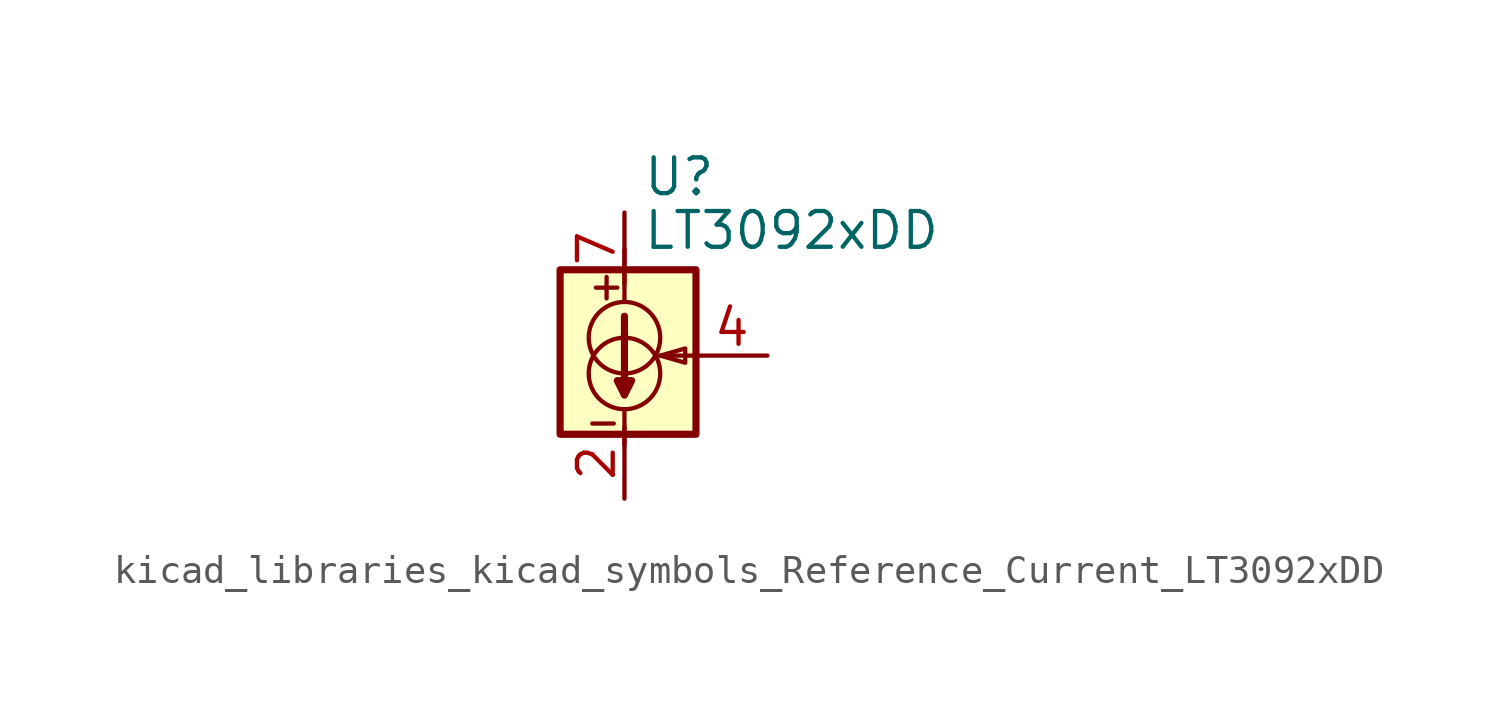
<source format=kicad_sym>
(kicad_symbol_lib
  (version 20220914)
  (generator kicad_symbol_editor)
  (symbol "kicad_libraries_kicad_symbols_Reference_Current_LT3092xDD"
    (property "Reference" "U"
      (at 0.635 6.35 0)
      (effects (font (size 1.27 1.27)) (justify left)))
    (property "Value" "LT3092xDD"
      (at 0.635 4.445 0)
      (effects (font (size 1.27 1.27)) (justify left)))
    (symbol "kicad_libraries_kicad_symbols_Reference_Current_LT3092xDD_0_1"
      (rectangle (start -2.286 3.048) (end 2.54 -2.794) (stroke (width 0.254) (type default)) (fill (type background)))
      (circle (center 0 -0.635) (radius 1.27) (stroke (width 0) (type default)) (fill (type none)))
      (polyline (pts (xy -1.143 -2.413) (xy -0.381 -2.413)) (stroke (width 0) (type default)) (fill (type none)))
      (polyline (pts (xy -1.016 2.413) (xy -0.254 2.413)) (stroke (width 0) (type default)) (fill (type none)))
      (polyline (pts (xy -0.635 2.794) (xy -0.635 2.032)) (stroke (width 0) (type default)) (fill (type none)))
      (polyline (pts (xy 0 -1.905) (xy 0 -3.175)) (stroke (width 0) (type default)) (fill (type none)))
      (polyline (pts (xy 0 1.397) (xy 0 -1.397)) (stroke (width 0.254) (type default)) (fill (type none)))
      (polyline (pts (xy 0 3.81) (xy 0 1.905)) (stroke (width 0) (type default)) (fill (type none)))
      (polyline (pts (xy 2.54 0) (xy 1.27 0)) (stroke (width 0) (type default)) (fill (type none)))
      (polyline (pts (xy 0 -1.397) (xy -0.254 -0.889) (xy 0.254 -0.889) (xy 0 -1.397)) (stroke (width 0.254) (type default)) (fill (type none)))
      (polyline (pts (xy 1.27 0) (xy 2.159 0.254) (xy 2.159 -0.254) (xy 1.27 0)) (stroke (width 0) (type default)) (fill (type none)))
      (circle (center 0 0.635) (radius 1.27) (stroke (width 0) (type default)) (fill (type none))))
    (symbol "kicad_libraries_kicad_symbols_Reference_Current_LT3092xDD_1_1"
      (pin passive line (at 0 -5.08 90) (length 2.54) hide (name "~" (effects (font (size 1.27 1.27)))) (number "1" (effects (font (size 1.27 1.27)))))
      (pin passive line (at 0 -5.08 90) (length 2.54) (name "~" (effects (font (size 1.27 1.27)))) (number "2" (effects (font (size 1.27 1.27)))))
      (pin no_connect line (at -1.27 2.54 0) (length 2.54) hide (name "NC" (effects (font (size 1.27 1.27)))) (number "3" (effects (font (size 1.27 1.27)))))
      (pin passive line (at 5.08 0 180) (length 2.54) (name "~" (effects (font (size 1.27 1.27)))) (number "4" (effects (font (size 1.27 1.27)))))
      (pin no_connect line (at -1.27 0 0) (length 2.54) hide (name "NC" (effects (font (size 1.27 1.27)))) (number "5" (effects (font (size 1.27 1.27)))))
      (pin no_connect line (at -1.27 -2.54 0) (length 2.54) hide (name "NC" (effects (font (size 1.27 1.27)))) (number "6" (effects (font (size 1.27 1.27)))))
      (pin passive line (at 0 5.08 270) (length 2.54) (name "~" (effects (font (size 1.27 1.27)))) (number "7" (effects (font (size 1.27 1.27)))))
      (pin passive line (at 0 5.08 270) (length 2.54) hide (name "~" (effects (font (size 1.27 1.27)))) (number "8" (effects (font (size 1.27 1.27)))))
      (pin passive line (at 0 -5.08 90) (length 2.54) hide (name "~" (effects (font (size 1.27 1.27)))) (number "9" (effects (font (size 1.27 1.27))))))))
</source>
